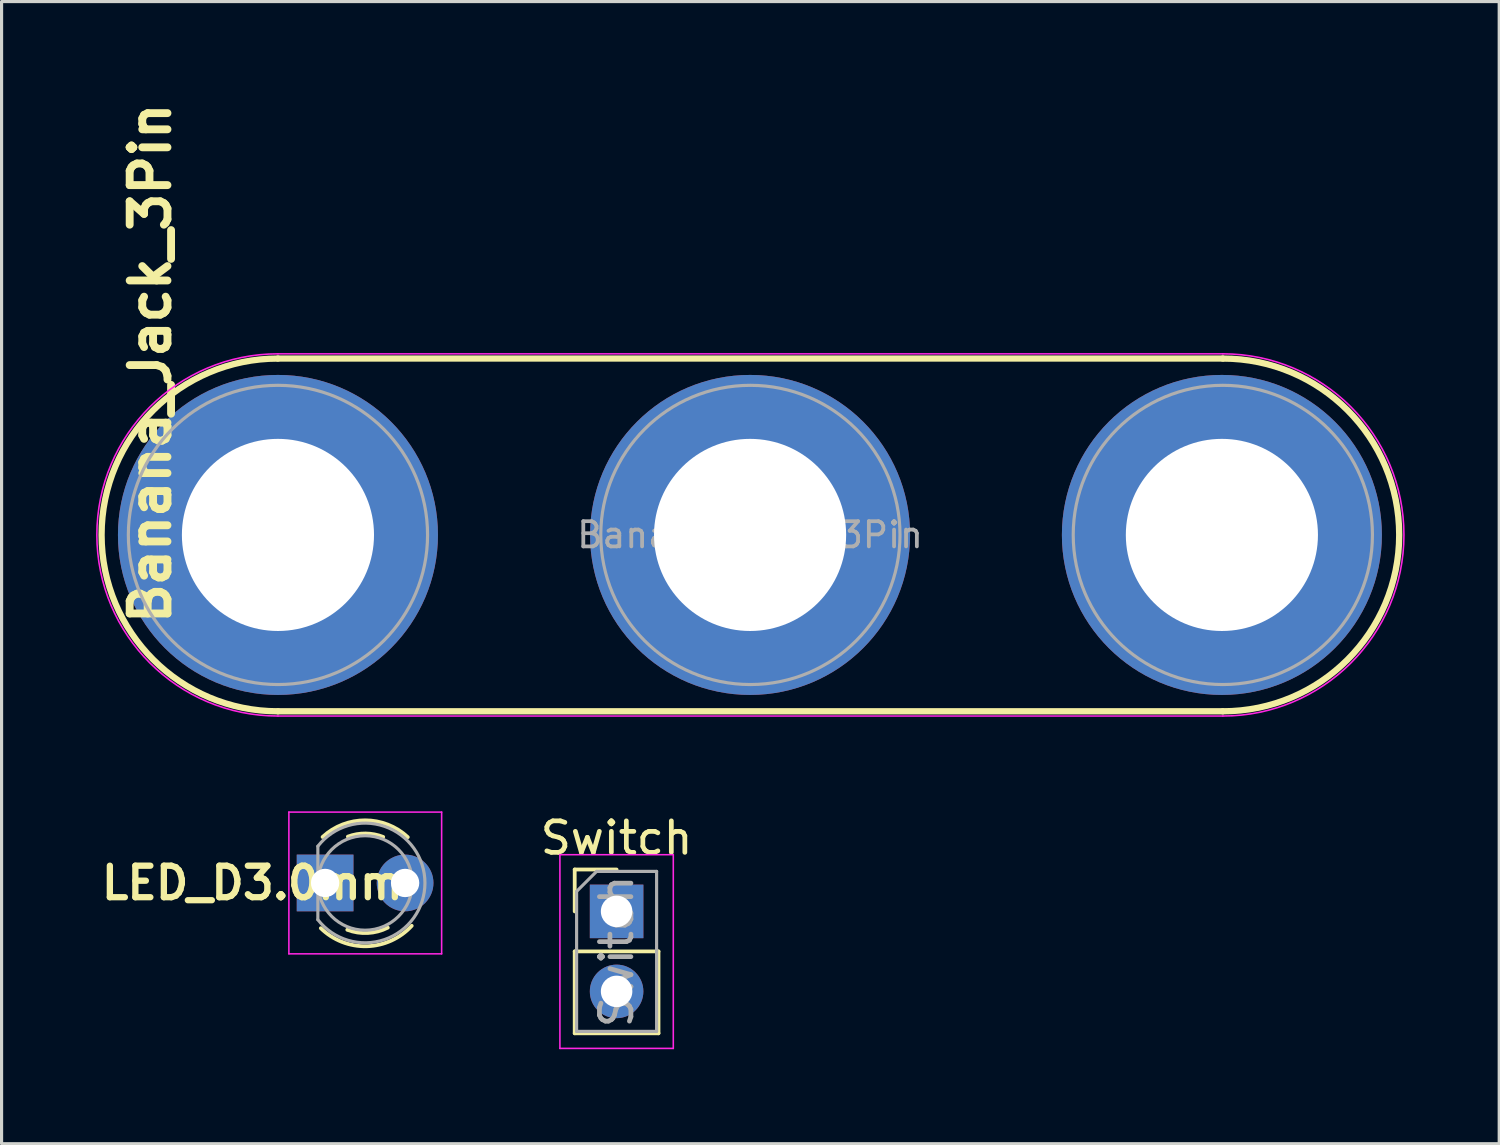
<source format=kicad_pcb>
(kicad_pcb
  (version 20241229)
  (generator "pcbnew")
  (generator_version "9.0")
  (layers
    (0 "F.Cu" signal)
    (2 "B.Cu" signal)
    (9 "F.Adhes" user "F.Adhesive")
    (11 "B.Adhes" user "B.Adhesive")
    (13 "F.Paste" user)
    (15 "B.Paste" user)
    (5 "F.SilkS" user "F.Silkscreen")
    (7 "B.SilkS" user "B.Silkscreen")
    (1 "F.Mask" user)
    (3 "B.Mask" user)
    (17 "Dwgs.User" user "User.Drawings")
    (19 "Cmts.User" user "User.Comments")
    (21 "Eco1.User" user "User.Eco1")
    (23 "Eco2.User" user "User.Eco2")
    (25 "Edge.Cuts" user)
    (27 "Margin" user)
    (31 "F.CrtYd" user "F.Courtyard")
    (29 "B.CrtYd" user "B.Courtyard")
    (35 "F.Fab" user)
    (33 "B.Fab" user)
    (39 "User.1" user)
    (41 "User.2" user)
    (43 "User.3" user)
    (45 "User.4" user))
  (footprint "Switch"
    (layer "F.Cu")
    (at 16.527 25.887)
    (property "Reference" "Switch" (at 0 -2.33 0) (layer "F.SilkS") (effects (font (size 1 1) (thickness 0.15))))
    (attr through_hole)
    (fp_line (start -1.33 -1.33) (end 0 -1.33) (stroke (width 0.12) (type solid)) (layer "F.SilkS"))
    (fp_line (start -1.33 0) (end -1.33 -1.33) (stroke (width 0.12) (type solid)) (layer "F.SilkS"))
    (fp_line (start -1.33 1.27) (end -1.33 3.87) (stroke (width 0.12) (type solid)) (layer "F.SilkS"))
    (fp_line (start -1.33 1.27) (end 1.33 1.27) (stroke (width 0.12) (type solid)) (layer "F.SilkS"))
    (fp_line (start -1.33 3.87) (end 1.33 3.87) (stroke (width 0.12) (type solid)) (layer "F.SilkS"))
    (fp_line (start 1.33 1.27) (end 1.33 3.87) (stroke (width 0.12) (type solid)) (layer "F.SilkS"))
    (fp_line (start -1.8 -1.8) (end -1.8 4.35) (stroke (width 0.05) (type solid)) (layer "F.CrtYd"))
    (fp_line (start -1.8 4.35) (end 1.8 4.35) (stroke (width 0.05) (type solid)) (layer "F.CrtYd"))
    (fp_line (start 1.8 -1.8) (end -1.8 -1.8) (stroke (width 0.05) (type solid)) (layer "F.CrtYd"))
    (fp_line (start 1.8 4.35) (end 1.8 -1.8) (stroke (width 0.05) (type solid)) (layer "F.CrtYd"))
    (fp_line (start -1.27 -0.635) (end -0.635 -1.27) (stroke (width 0.1) (type solid)) (layer "F.Fab"))
    (fp_line (start -1.27 3.81) (end -1.27 -0.635) (stroke (width 0.1) (type solid)) (layer "F.Fab"))
    (fp_line (start -0.635 -1.27) (end 1.27 -1.27) (stroke (width 0.1) (type solid)) (layer "F.Fab"))
    (fp_line (start 1.27 -1.27) (end 1.27 3.81) (stroke (width 0.1) (type solid)) (layer "F.Fab"))
    (fp_line (start 1.27 3.81) (end -1.27 3.81) (stroke (width 0.1) (type solid)) (layer "F.Fab"))
    (fp_text user "${REFERENCE}" (at 0 1.27 90) (layer "F.Fab") (effects (font (size 1 1) (thickness 0.15))))
    (pad "1" thru_hole rect (at 0 0) (size 1.7 1.7) (drill 1) (layers "*.Cu" "*.Mask"))
    (pad "2" thru_hole oval (at 0 2.54) (size 1.7 1.7) (drill 1) (layers "*.Cu" "*.Mask")))
  (footprint "LED_D3.0mm"
    (layer "F.Cu")
    (at 7.272 24.984)
    (property "Reference" "LED_D3.0mm" (at -2.31 0 0) (layer "F.SilkS") (effects (font (size 1 1) (thickness 0.2) (bold yes))))
    (attr through_hole)
    (fp_arc (start -0.079999 -1.459999) (mid 1.273906 -1.988487) (end 2.625725 -1.454684) (stroke (width 0.12) (type solid)) (layer "F.SilkS"))
    (fp_arc (start 0.723169 -1.472235) (mid 1.284682 -1.570441) (end 1.84426 -1.461754) (stroke (width 0.12) (type solid)) (layer "F.SilkS"))
    (fp_arc (start 1.990034 1.41889) (mid 1.354455 1.588888) (end 0.704437 1.487224) (stroke (width 0.12) (type solid)) (layer "F.SilkS"))
    (fp_arc (start 2.75 1.36) (mid 1.323086 2.009274) (end -0.136122 1.436252) (stroke (width 0.12) (type solid)) (layer "F.SilkS"))
    (fp_line (start -1.15 -2.25) (end -1.15 2.25) (stroke (width 0.05) (type solid)) (layer "F.CrtYd"))
    (fp_line (start -1.15 2.25) (end 3.7 2.25) (stroke (width 0.05) (type solid)) (layer "F.CrtYd"))
    (fp_line (start 3.7 -2.25) (end -1.15 -2.25) (stroke (width 0.05) (type solid)) (layer "F.CrtYd"))
    (fp_line (start 3.7 2.25) (end 3.7 -2.25) (stroke (width 0.05) (type solid)) (layer "F.CrtYd"))
    (fp_line (start -0.23 -1.166) (end -0.23 1.166) (stroke (width 0.1) (type solid)) (layer "F.Fab"))
    (fp_arc (start -0.23 -1.16619) (mid 3.17 0.000452) (end -0.230555 1.165476) (stroke (width 0.1) (type solid)) (layer "F.Fab"))
    (fp_circle (center 1.27 0) (end 2.77 0) (stroke (width 0.1) (type solid)) (fill no) (layer "F.Fab"))
    (pad "1" thru_hole rect (at 0 0) (size 1.8 1.8) (drill 0.9) (layers "*.Cu" "*.Mask"))
    (pad "2" thru_hole circle (at 2.54 0) (size 1.8 1.8) (drill 0.9) (layers "*.Cu" "*.Mask")))
  (footprint "Banana_Jack_3Pin"
    (layer "F.Cu")
    (at 5.775 13.934)
    (property "Reference" "Banana_Jack_3Pin" (at -4.05 -5.45 90) (layer "F.SilkS") (effects (font (size 1.2 1.2) (thickness 0.25) (bold yes))))
    (attr through_hole)
    (fp_line (start 0 5.6) (end 30 5.6) (stroke (width 0.2) (type solid)) (layer "F.SilkS"))
    (fp_line (start 30 -5.6) (end 0 -5.6) (stroke (width 0.2) (type solid)) (layer "F.SilkS"))
    (fp_arc (start 0 5.6) (mid -5.6 0) (end 0 -5.6) (stroke (width 0.2) (type solid)) (layer "F.SilkS"))
    (fp_arc (start 30 -5.6) (mid 35.6 0) (end 30 5.6) (stroke (width 0.2) (type solid)) (layer "F.SilkS"))
    (fp_line (start 0 -5.75) (end 30 -5.75) (stroke (width 0.05) (type solid)) (layer "F.CrtYd"))
    (fp_line (start 30 5.75) (end 0 5.75) (stroke (width 0.05) (type solid)) (layer "F.CrtYd"))
    (fp_arc (start 0 5.75) (mid -5.75 0) (end 0 -5.75) (stroke (width 0.05) (type solid)) (layer "F.CrtYd"))
    (fp_arc (start 30 -5.75) (mid 35.75 0) (end 30 5.75) (stroke (width 0.05) (type solid)) (layer "F.CrtYd"))
    (fp_circle (center 0 0) (end 2 0) (stroke (width 0.1) (type solid)) (fill no) (layer "F.Fab"))
    (fp_circle (center 0 0) (end 4.75 0) (stroke (width 0.1) (type solid)) (fill no) (layer "F.Fab"))
    (fp_circle (center 15 0) (end 17 0) (stroke (width 0.1) (type solid)) (fill no) (layer "F.Fab"))
    (fp_circle (center 15 0) (end 19.75 0) (stroke (width 0.1) (type solid)) (fill no) (layer "F.Fab"))
    (fp_circle (center 30 0) (end 30 -4.75) (stroke (width 0.1) (type solid)) (fill no) (layer "F.Fab"))
    (fp_circle (center 30 0) (end 30 -2) (stroke (width 0.1) (type solid)) (fill no) (layer "F.Fab"))
    (fp_text user "${REFERENCE}" (at 14.99 0 180) (layer "F.Fab") (effects (font (size 0.8 0.8) (thickness 0.12))))
    (pad "1" thru_hole circle (at 0 0) (size 10.16 10.16) (drill 6.1) (layers "*.Cu" "*.Mask"))
    (pad "2" thru_hole circle (at 14.99 0) (size 10.16 10.16) (drill 6.1) (layers "*.Cu" "*.Mask"))
    (pad "3" thru_hole circle (at 29.97 0) (size 10.16 10.16) (drill 6.1) (layers "*.Cu" "*.Mask")))
  (gr_rect
    (start -3 -3)
    (end 44.55 33.262)
    (stroke (width 0.1) (type default))
    (fill no)
    (layer "Edge.Cuts")))
</source>
